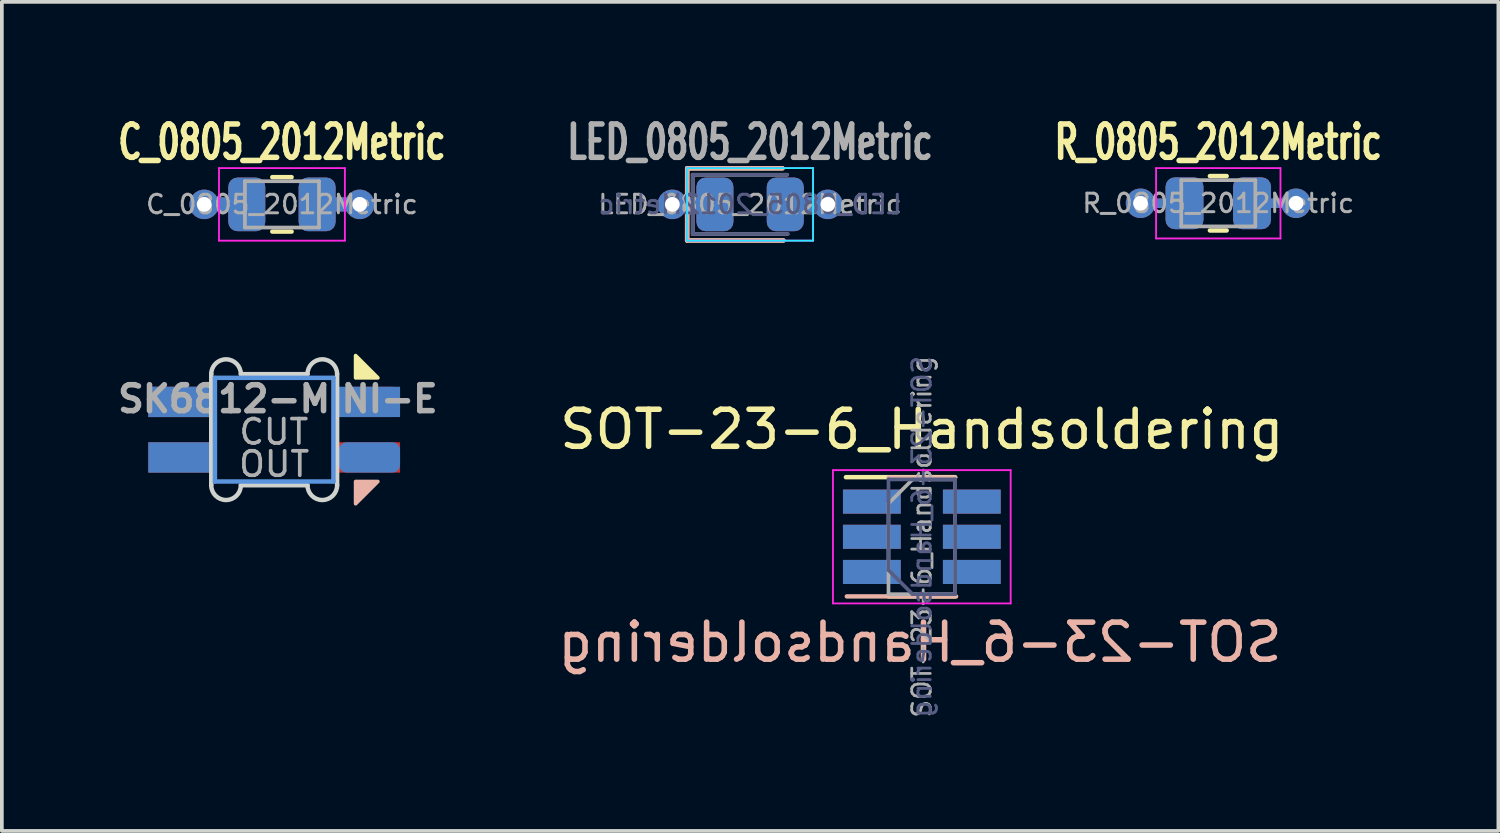
<source format=kicad_pcb>
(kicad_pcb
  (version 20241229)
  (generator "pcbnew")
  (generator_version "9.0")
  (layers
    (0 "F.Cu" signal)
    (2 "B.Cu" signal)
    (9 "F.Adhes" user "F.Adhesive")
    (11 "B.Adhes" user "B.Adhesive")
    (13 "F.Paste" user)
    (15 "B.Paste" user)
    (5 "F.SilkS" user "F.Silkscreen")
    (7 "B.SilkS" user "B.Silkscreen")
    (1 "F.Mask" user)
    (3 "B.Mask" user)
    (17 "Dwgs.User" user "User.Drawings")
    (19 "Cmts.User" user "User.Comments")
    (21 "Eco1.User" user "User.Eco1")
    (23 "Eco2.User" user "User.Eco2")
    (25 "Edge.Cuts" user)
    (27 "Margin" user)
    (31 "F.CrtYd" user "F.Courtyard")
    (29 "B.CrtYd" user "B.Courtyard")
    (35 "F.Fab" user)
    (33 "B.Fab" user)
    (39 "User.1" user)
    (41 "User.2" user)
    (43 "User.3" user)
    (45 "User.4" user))
  (footprint "SOT-23-6_Handsoldering"
    (layer "F.Cu")
    (at 21.847 11.448)
    (property "Reference" "SOT-23-6_Handsoldering" (at -0.05 2.85 0) (layer "B.SilkS") (effects (font (size 1 1) (thickness 0.15)) (justify mirror)))
    (attr smd)
    (fp_line (start -0.9 1.61) (end 0.9 1.61) (stroke (width 0.12) (type solid)) (layer "F.SilkS"))
    (fp_line (start 0.9 -1.61) (end -2.05 -1.61) (stroke (width 0.12) (type solid)) (layer "F.SilkS"))
    (fp_line (start -2.025 1.61) (end 0.925 1.61) (stroke (width 0.12) (type solid)) (layer "B.SilkS"))
    (fp_line (start -0.9 -1.6) (end 0.9 -1.6) (stroke (width 0.12) (type solid)) (layer "B.SilkS"))
    (fp_line (start -2.4 -1.8) (end 2.4 -1.8) (stroke (width 0.05) (type solid)) (layer "F.CrtYd"))
    (fp_line (start -2.4 1.8) (end -2.4 -1.8) (stroke (width 0.05) (type solid)) (layer "F.CrtYd"))
    (fp_line (start 2.4 -1.8) (end 2.4 1.8) (stroke (width 0.05) (type solid)) (layer "F.CrtYd"))
    (fp_line (start 2.4 1.8) (end -2.4 1.8) (stroke (width 0.05) (type solid)) (layer "F.CrtYd"))
    (fp_line (start -0.9 0.9) (end -0.9 -1.55) (stroke (width 0.1) (type solid)) (layer "B.Fab"))
    (fp_line (start -0.9 0.9) (end -0.25 1.55) (stroke (width 0.1) (type solid)) (layer "B.Fab"))
    (fp_line (start 0.9 -1.55) (end -0.9 -1.55) (stroke (width 0.1) (type solid)) (layer "B.Fab"))
    (fp_line (start 0.9 1.55) (end -0.25 1.55) (stroke (width 0.1) (type solid)) (layer "B.Fab"))
    (fp_line (start 0.9 1.55) (end 0.9 -1.55) (stroke (width 0.1) (type solid)) (layer "B.Fab"))
    (fp_line (start -0.9 -0.9) (end -0.9 1.55) (stroke (width 0.1) (type solid)) (layer "F.Fab"))
    (fp_line (start -0.9 -0.9) (end -0.25 -1.55) (stroke (width 0.1) (type solid)) (layer "F.Fab"))
    (fp_line (start 0.9 -1.55) (end -0.25 -1.55) (stroke (width 0.1) (type solid)) (layer "F.Fab"))
    (fp_line (start 0.9 -1.55) (end 0.9 1.55) (stroke (width 0.1) (type solid)) (layer "F.Fab"))
    (fp_line (start 0.9 1.55) (end -0.9 1.55) (stroke (width 0.1) (type solid)) (layer "F.Fab"))
    (fp_text user "${REFERENCE}" (at 0 -2.9 0) (layer "F.SilkS") (effects (font (size 1 1) (thickness 0.15))))
    (fp_text user "${REFERENCE}" (at 0 0 90) (layer "B.Fab") (effects (font (size 0.5 0.5) (thickness 0.075)) (justify mirror)))
    (fp_text user "${REFERENCE}" (at 0 0 90) (layer "F.Fab") (effects (font (size 0.5 0.5) (thickness 0.075))))
    (pad "1" smd rect (at -1.35 -0.95) (size 1.56 0.65) (layers "F.Cu" "F.Mask" "F.Paste"))
    (pad "1" smd rect (at -1.35 0.95) (size 1.56 0.65) (layers "B.Cu" "B.Mask" "B.Paste"))
    (pad "2" smd rect (at -1.35 0) (size 1.56 0.65) (layers "F.Cu" "F.Mask" "F.Paste"))
    (pad "2" smd rect (at -1.35 0) (size 1.56 0.65) (layers "B.Cu" "B.Mask" "B.Paste"))
    (pad "3" smd rect (at -1.35 -0.95) (size 1.56 0.65) (layers "B.Cu" "B.Mask" "B.Paste"))
    (pad "3" smd rect (at -1.35 0.95) (size 1.56 0.65) (layers "F.Cu" "F.Mask" "F.Paste"))
    (pad "4" smd rect (at 1.35 -0.95) (size 1.56 0.65) (layers "B.Cu" "B.Mask" "B.Paste"))
    (pad "4" smd rect (at 1.35 0.95) (size 1.56 0.65) (layers "F.Cu" "F.Mask" "F.Paste"))
    (pad "5" smd rect (at 1.35 0) (size 1.56 0.65) (layers "F.Cu" "F.Mask" "F.Paste"))
    (pad "5" smd rect (at 1.35 0) (size 1.56 0.65) (layers "B.Cu" "B.Mask" "B.Paste"))
    (pad "6" smd rect (at 1.35 -0.95) (size 1.56 0.65) (layers "F.Cu" "F.Mask" "F.Paste"))
    (pad "6" smd rect (at 1.35 0.95) (size 1.56 0.65) (layers "B.Cu" "B.Mask" "B.Paste")))
  (footprint "SK6812-MINI-E"
    (layer "F.Cu")
    (at 4.355 8.555)
    (property "Reference" "SK6812-MINI-E" (at 0.1 -0.83 0) (unlocked yes) (layer "F.Fab") (effects (font (size 0.7 0.7) (thickness 0.15))))
    (attr through_hole)
    (fp_poly (pts (xy 2.8 -1.4) (xy 2.2 -1.4) (xy 2.2 -2)) (stroke (width 0.1) (type solid)) (fill yes) (layer "F.SilkS"))
    (fp_poly (pts (xy 2.2 2) (xy 2.2 1.4) (xy 2.8 1.4)) (stroke (width 0.1) (type solid)) (fill yes) (layer "B.SilkS"))
    (fp_line (start -1.6 -1.4) (end 1.6 -1.4) (stroke (width 0.12) (type solid)) (layer "Cmts.User"))
    (fp_line (start -1.6 1.4) (end -1.6 -1.4) (stroke (width 0.12) (type solid)) (layer "Cmts.User"))
    (fp_line (start 1.6 -1.4) (end 1.6 1.4) (stroke (width 0.12) (type solid)) (layer "Cmts.User"))
    (fp_line (start 1.6 1.4) (end -1.6 1.4) (stroke (width 0.12) (type solid)) (layer "Cmts.User"))
    (fp_line (start -1.7 1.5) (end -1.7 -1.5) (stroke (width 0.12) (type solid)) (layer "Edge.Cuts"))
    (fp_line (start -0.9 -1.5) (end 0.9 -1.5) (stroke (width 0.12) (type solid)) (layer "Edge.Cuts"))
    (fp_line (start 0.9 1.5) (end -0.9 1.5) (stroke (width 0.12) (type solid)) (layer "Edge.Cuts"))
    (fp_line (start 1.7 -1.5) (end 1.7 1.5) (stroke (width 0.12) (type solid)) (layer "Edge.Cuts"))
    (fp_arc (start -1.7 -1.5) (mid -1.3 -1.9) (end -0.9 -1.5) (stroke (width 0.12) (type solid)) (layer "Edge.Cuts"))
    (fp_arc (start -0.9 1.5) (mid -1.3 1.9) (end -1.7 1.5) (stroke (width 0.12) (type solid)) (layer "Edge.Cuts"))
    (fp_arc (start 0.9 -1.5) (mid 1.3 -1.9) (end 1.7 -1.5) (stroke (width 0.12) (type solid)) (layer "Edge.Cuts"))
    (fp_arc (start 1.7 1.5) (mid 1.3 1.9) (end 0.9 1.5) (stroke (width 0.12) (type solid)) (layer "Edge.Cuts"))
    (fp_text user "CUT" (at -0.01 0.06 0) (layer "F.Fab") (effects (font (size 0.66 0.66) (thickness 0.1))))
    (fp_text user "OUT" (at 0 0.93 0) (layer "F.Fab") (effects (font (size 0.66 0.66) (thickness 0.1))))
    (pad "1" smd rect (at -2.575 -0.75) (size 1.65 0.82) (layers "B.Cu" "B.Mask" "B.Paste"))
    (pad "1" smd rect (at -2.575 0.75) (size 1.65 0.82) (layers "F.Cu" "F.Mask" "F.Paste"))
    (pad "2" smd rect (at -2.575 -0.75) (size 1.65 0.82) (layers "F.Cu" "F.Mask" "F.Paste"))
    (pad "2" smd rect (at -2.575 0.75) (size 1.65 0.82) (layers "B.Cu" "B.Mask" "B.Paste"))
    (pad "3" smd roundrect (at 2.575 -0.75) (size 1.65 0.82) (layers "F.Cu" "F.Mask" "F.Paste") (roundrect_rratio 0.25))
    (pad "3" smd roundrect (at 2.575 0.75) (size 1.65 0.82) (layers "B.Cu" "B.Mask" "B.Paste") (roundrect_rratio 0.25))
    (pad "4" smd rect (at 2.575 -0.75) (size 1.65 0.82) (layers "B.Cu" "B.Mask" "B.Paste"))
    (pad "4" smd rect (at 2.575 0.75) (size 1.65 0.82) (layers "F.Cu" "F.Mask" "F.Paste")))
  (footprint "R_0805_2012Metric"
    (layer "F.Cu")
    (at 29.854 2.44)
    (property "Reference" "R_0805_2012Metric" (at 0 -1.65 0) (layer "F.SilkS") (effects (font (size 0.9 0.6) (thickness 0.15))))
    (attr smd)
    (fp_line (start -0.227 -0.735) (end 0.227 -0.735) (stroke (width 0.12) (type solid)) (layer "F.SilkS"))
    (fp_line (start -0.227 0.735) (end 0.227 0.735) (stroke (width 0.12) (type solid)) (layer "F.SilkS"))
    (fp_line (start -1.68 -0.95) (end 1.68 -0.95) (stroke (width 0.05) (type solid)) (layer "F.CrtYd"))
    (fp_line (start -1.68 0.95) (end -1.68 -0.95) (stroke (width 0.05) (type solid)) (layer "F.CrtYd"))
    (fp_line (start 1.68 -0.95) (end 1.68 0.95) (stroke (width 0.05) (type solid)) (layer "F.CrtYd"))
    (fp_line (start 1.68 0.95) (end -1.68 0.95) (stroke (width 0.05) (type solid)) (layer "F.CrtYd"))
    (fp_line (start -1 -0.625) (end 1 -0.625) (stroke (width 0.1) (type solid)) (layer "F.Fab"))
    (fp_line (start -1 0.625) (end -1 -0.625) (stroke (width 0.1) (type solid)) (layer "F.Fab"))
    (fp_line (start 1 -0.625) (end 1 0.625) (stroke (width 0.1) (type solid)) (layer "F.Fab"))
    (fp_line (start 1 0.625) (end -1 0.625) (stroke (width 0.1) (type solid)) (layer "F.Fab"))
    (fp_text user "${REFERENCE}" (at 0 0 0) (layer "F.Fab") (effects (font (size 0.5 0.5) (thickness 0.08))))
    (pad "1" thru_hole custom (at -2.1 0) (size 0.8 0.8) (drill 0.4) (layers "*.Cu") (options (anchor circle)) (primitives (gr_line (start 1.188 0) (end 0 0) (width 0.254))))
    (pad "1" smd roundrect (at -0.912 0) (size 1.025 1.4) (layers "F.Cu" "F.Mask" "F.Paste") (roundrect_rratio 0.244))
    (pad "1" smd roundrect (at -0.912 0) (size 1.025 1.4) (layers "B.Cu" "B.Mask" "B.Paste") (roundrect_rratio 0.244))
    (pad "2" smd roundrect (at 0.912 0) (size 1.025 1.4) (layers "F.Cu" "F.Mask" "F.Paste") (roundrect_rratio 0.244))
    (pad "2" smd roundrect (at 0.912 0) (size 1.025 1.4) (layers "B.Cu" "B.Mask" "B.Paste") (roundrect_rratio 0.244))
    (pad "2" thru_hole custom (at 2.1 0) (size 0.8 0.8) (drill 0.4) (layers "*.Cu") (options (anchor circle)) (primitives (gr_line (start -1.188 0) (end 0 0) (width 0.254)))))
  (footprint "LED_0805_2012Metric"
    (layer "F.Cu")
    (at 17.209 2.47)
    (property "Reference" "LED_0805_2012Metric" (at 0 -1.68 0) (layer "F.Fab") (effects (font (size 0.9 0.6) (thickness 0.15))))
    (attr smd)
    (fp_line (start -1.7 0.975) (end -1.698 -0.975) (stroke (width 0.12) (type solid)) (layer "F.SilkS"))
    (fp_line (start -1.7 0.975) (end 0.9 0.975) (stroke (width 0.12) (type solid)) (layer "F.SilkS"))
    (fp_line (start -1.698 -0.975) (end 0.875 -0.975) (stroke (width 0.12) (type solid)) (layer "F.SilkS"))
    (fp_line (start -1.7 -0.975) (end -1.7 0.975) (stroke (width 0.12) (type solid)) (layer "B.SilkS"))
    (fp_line (start 0.875 -0.975) (end -1.7 -0.975) (stroke (width 0.12) (type solid)) (layer "B.SilkS"))
    (fp_line (start 0.9 0.975) (end -1.7 0.975) (stroke (width 0.12) (type solid)) (layer "B.SilkS"))
    (fp_line (start -1.7 -0.98) (end -1.7 0.98) (stroke (width 0.05) (type solid)) (layer "B.CrtYd"))
    (fp_line (start -1.7 0.98) (end 1.7 0.98) (stroke (width 0.05) (type solid)) (layer "B.CrtYd"))
    (fp_line (start 1.7 -0.98) (end -1.7 -0.98) (stroke (width 0.05) (type solid)) (layer "B.CrtYd"))
    (fp_line (start 1.7 0.98) (end 1.7 -0.98) (stroke (width 0.05) (type solid)) (layer "B.CrtYd"))
    (fp_line (start -1.7 -0.98) (end 1.7 -0.98) (stroke (width 0.05) (type solid)) (layer "F.CrtYd"))
    (fp_line (start -1.7 0.98) (end -1.7 -0.98) (stroke (width 0.05) (type solid)) (layer "F.CrtYd"))
    (fp_line (start 1.7 -0.98) (end 1.7 0.98) (stroke (width 0.05) (type solid)) (layer "F.CrtYd"))
    (fp_line (start 1.7 0.98) (end -1.7 0.98) (stroke (width 0.05) (type solid)) (layer "F.CrtYd"))
    (fp_line (start -1.55 -0.8) (end -1.55 0.8) (stroke (width 0.1) (type solid)) (layer "B.Fab"))
    (fp_line (start -1.55 0.8) (end 1.025 0.8) (stroke (width 0.1) (type solid)) (layer "B.Fab"))
    (fp_line (start 1 -0.8) (end -1.55 -0.8) (stroke (width 0.1) (type solid)) (layer "B.Fab"))
    (fp_line (start -1.55 -0.8) (end -1.55 0.8) (stroke (width 0.1) (type solid)) (layer "F.Fab"))
    (fp_line (start -1.55 -0.8) (end 1 -0.8) (stroke (width 0.1) (type solid)) (layer "F.Fab"))
    (fp_line (start 1 0.8) (end -1.55 0.8) (stroke (width 0.1) (type solid)) (layer "F.Fab"))
    (fp_text user "${REFERENCE}" (at 0 0 0) (layer "B.Fab") (effects (font (size 0.5 0.5) (thickness 0.08)) (justify mirror)))
    (fp_text user "${REFERENCE}" (at 0 0 0) (layer "F.Fab") (effects (font (size 0.5 0.5) (thickness 0.08))))
    (pad "1" thru_hole custom (at -2.1 0) (size 0.8 0.8) (drill 0.4) (layers "*.Cu") (options (anchor circle)) (primitives (gr_line (start 1.188 0) (end 0 0) (width 0.381))))
    (pad "1" smd roundrect (at -0.95 0) (size 1 1.45) (layers "F.Cu" "F.Mask" "F.Paste") (roundrect_rratio 0.25))
    (pad "1" smd roundrect (at -0.95 0) (size 1 1.45) (layers "B.Cu" "B.Mask" "B.Paste") (roundrect_rratio 0.25))
    (pad "2" smd roundrect (at 0.95 0) (size 1 1.45) (layers "F.Cu" "F.Mask" "F.Paste") (roundrect_rratio 0.25))
    (pad "2" smd roundrect (at 0.95 0) (size 1 1.45) (layers "B.Cu" "B.Mask" "B.Paste") (roundrect_rratio 0.25))
    (pad "2" thru_hole custom (at 2.1 0) (size 0.8 0.8) (drill 0.4) (layers "*.Cu") (options (anchor circle)) (primitives (gr_line (start -0.013 0) (end -1.2 0) (width 0.381)))))
  (footprint "C_0805_2012Metric"
    (layer "F.Cu")
    (at 4.565 2.47)
    (property "Reference" "C_0805_2012Metric" (at 0 -1.68 0) (layer "F.SilkS") (effects (font (size 0.9 0.6) (thickness 0.15))))
    (attr smd)
    (fp_line (start -0.261 -0.735) (end 0.261 -0.735) (stroke (width 0.12) (type solid)) (layer "F.SilkS"))
    (fp_line (start -0.261 0.735) (end 0.261 0.735) (stroke (width 0.12) (type solid)) (layer "F.SilkS"))
    (fp_line (start -1.7 -0.98) (end 1.7 -0.98) (stroke (width 0.05) (type solid)) (layer "F.CrtYd"))
    (fp_line (start -1.7 0.98) (end -1.7 -0.98) (stroke (width 0.05) (type solid)) (layer "F.CrtYd"))
    (fp_line (start 1.7 -0.98) (end 1.7 0.98) (stroke (width 0.05) (type solid)) (layer "F.CrtYd"))
    (fp_line (start 1.7 0.98) (end -1.7 0.98) (stroke (width 0.05) (type solid)) (layer "F.CrtYd"))
    (fp_line (start -1 -0.625) (end 1 -0.625) (stroke (width 0.1) (type solid)) (layer "F.Fab"))
    (fp_line (start -1 0.625) (end -1 -0.625) (stroke (width 0.1) (type solid)) (layer "F.Fab"))
    (fp_line (start 1 -0.625) (end 1 0.625) (stroke (width 0.1) (type solid)) (layer "F.Fab"))
    (fp_line (start 1 0.625) (end -1 0.625) (stroke (width 0.1) (type solid)) (layer "F.Fab"))
    (fp_text user "${REFERENCE}" (at 0 0 0) (layer "F.Fab") (effects (font (size 0.5 0.5) (thickness 0.08))))
    (pad "1" thru_hole custom (at -2.1 0) (size 0.8 0.8) (drill 0.4) (layers "*.Cu") (options (anchor circle)) (primitives (gr_line (start 1.188 0) (end 0 0) (width 0.381))))
    (pad "1" smd roundrect (at -0.95 0) (size 1 1.45) (layers "F.Cu" "F.Mask" "F.Paste") (roundrect_rratio 0.25))
    (pad "1" smd roundrect (at -0.95 0) (size 1 1.45) (layers "B.Cu" "B.Mask" "B.Paste") (roundrect_rratio 0.25))
    (pad "2" smd roundrect (at 0.95 0) (size 1 1.45) (layers "F.Cu" "F.Mask" "F.Paste") (roundrect_rratio 0.25))
    (pad "2" smd roundrect (at 0.95 0) (size 1 1.45) (layers "B.Cu" "B.Mask" "B.Paste") (roundrect_rratio 0.25))
    (pad "2" thru_hole custom (at 2.1 0) (size 0.8 0.8) (drill 0.4) (layers "*.Cu") (options (anchor circle)) (primitives (gr_line (start -0.013 0) (end -1.2 0) (width 0.381)))))
  (gr_rect
    (start -3 -3)
    (end 37.419 19.392)
    (stroke (width 0.1) (type default))
    (fill no)
    (layer "Edge.Cuts")))
</source>
